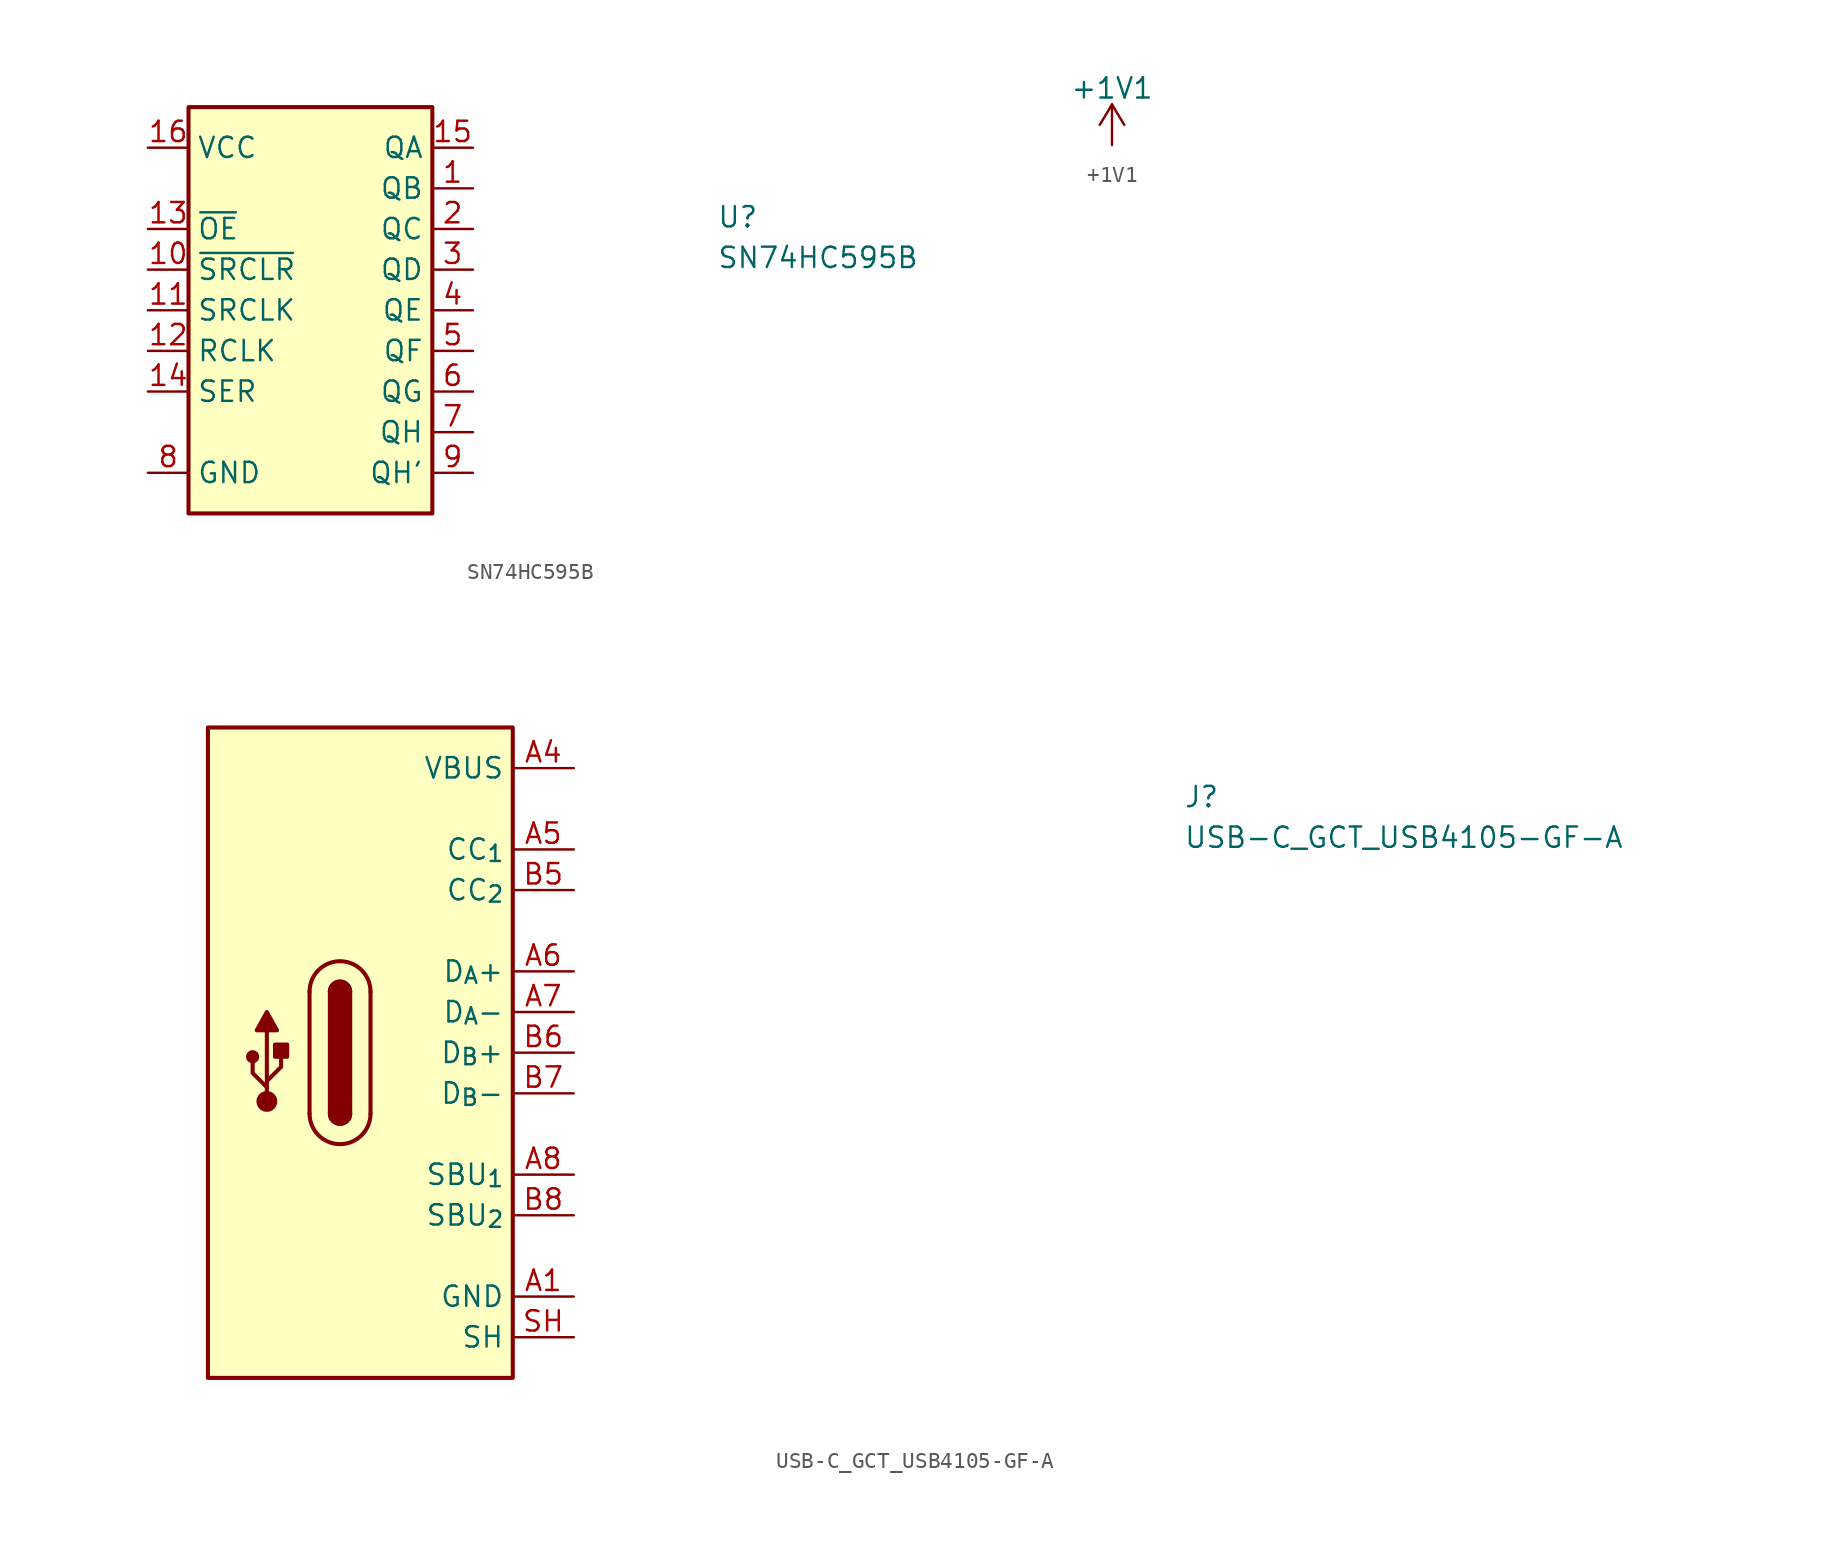
<source format=kicad_sym>
(kicad_symbol_lib
  (version 20211014)
  (generator kicad_symbol_editor)
  (symbol "SN74HC595B"
    (property "Reference" "U"
      (at 35.56 -5.08 0)
      (effects (font (size 1.27 1.27) (thickness 0.15)) (justify left bottom)))
    (property "Value" "SN74HC595B"
      (at 35.56 -7.62 0)
      (effects (font (size 1.27 1.27) (thickness 0.15)) (justify left bottom)))
    (property "ki_description" "Shift Register, 74HC595, Serial to Parallel, 1 Element, 8 bit, X1QFN, 16 Pins"
      (at 0 0 0))
    (property "ki_keywords" "SMT, LOGIC, IC, LEVEL-SHIFTER, VOLTAGE"
      (at 0 0 0))
    (symbol "SN74HC595B_1_1"
      (rectangle (start 2.54 2.54) (end 17.78 -22.86) (stroke (width 0.254) (type default) (color 0 0 0 0)) (fill (type background)))
      (pin output line (at 20.32 -2.54 180) (length 2.54) (name "QB" (effects (font (size 1.27 1.27)))) (number "1" (effects (font (size 1.27 1.27)))))
      (pin input line (at 0 -7.62 0) (length 2.54) (name "~{SRCLR}" (effects (font (size 1.27 1.27)))) (number "10" (effects (font (size 1.27 1.27)))))
      (pin input line (at 0 -10.16 0) (length 2.54) (name "SRCLK" (effects (font (size 1.27 1.27)))) (number "11" (effects (font (size 1.27 1.27)))))
      (pin input line (at 0 -12.7 0) (length 2.54) (name "RCLK" (effects (font (size 1.27 1.27)))) (number "12" (effects (font (size 1.27 1.27)))))
      (pin input line (at 0 -5.08 0) (length 2.54) (name "~{OE}" (effects (font (size 1.27 1.27)))) (number "13" (effects (font (size 1.27 1.27)))))
      (pin input line (at 0 -15.24 0) (length 2.54) (name "SER" (effects (font (size 1.27 1.27)))) (number "14" (effects (font (size 1.27 1.27)))))
      (pin output line (at 20.32 0 180) (length 2.54) (name "QA" (effects (font (size 1.27 1.27)))) (number "15" (effects (font (size 1.27 1.27)))))
      (pin power_in line (at 0 0 0) (length 2.54) (name "VCC" (effects (font (size 1.27 1.27)))) (number "16" (effects (font (size 1.27 1.27)))))
      (pin no_connect line (at 10.16 -22.86 90) (length 2.54) hide (name "EP" (effects (font (size 1.27 1.27)))) (number "17" (effects (font (size 1.27 1.27)))))
      (pin output line (at 20.32 -5.08 180) (length 2.54) (name "QC" (effects (font (size 1.27 1.27)))) (number "2" (effects (font (size 1.27 1.27)))))
      (pin output line (at 20.32 -7.62 180) (length 2.54) (name "QD" (effects (font (size 1.27 1.27)))) (number "3" (effects (font (size 1.27 1.27)))))
      (pin output line (at 20.32 -10.16 180) (length 2.54) (name "QE" (effects (font (size 1.27 1.27)))) (number "4" (effects (font (size 1.27 1.27)))))
      (pin output line (at 20.32 -12.7 180) (length 2.54) (name "QF" (effects (font (size 1.27 1.27)))) (number "5" (effects (font (size 1.27 1.27)))))
      (pin output line (at 20.32 -15.24 180) (length 2.54) (name "QG" (effects (font (size 1.27 1.27)))) (number "6" (effects (font (size 1.27 1.27)))))
      (pin output line (at 20.32 -17.78 180) (length 2.54) (name "QH" (effects (font (size 1.27 1.27)))) (number "7" (effects (font (size 1.27 1.27)))))
      (pin power_in line (at 0 -20.32 0) (length 2.54) (name "GND" (effects (font (size 1.27 1.27)))) (number "8" (effects (font (size 1.27 1.27)))))
      (pin output line (at 20.32 -20.32 180) (length 2.54) (name "QH'" (effects (font (size 1.27 1.27)))) (number "9" (effects (font (size 1.27 1.27)))))))
  (symbol "sodimm-ddr5-tester:+1V1"
    (power)
    (pin_names
      (offset 0))
    (property "Reference" "#PWR"
      (at 0 -3.81 0)
      (effects (font (size 1.27 1.27)) hide))
    (property "Value" "+1V1"
      (at 0 3.556 0)
      (effects (font (size 1.27 1.27))))
    (symbol "+1V1_0_1"
      (polyline (pts (xy -0.762 1.27) (xy 0 2.54)) (stroke (width 0) (type default) (color 0 0 0 0)) (fill (type none)))
      (polyline (pts (xy 0 0) (xy 0 2.54)) (stroke (width 0) (type default) (color 0 0 0 0)) (fill (type none)))
      (polyline (pts (xy 0 2.54) (xy 0.762 1.27)) (stroke (width 0) (type default) (color 0 0 0 0)) (fill (type none))))
    (symbol "+1V1_1_1"
      (pin power_in line (at 0 0 90) (length 0) hide (name "+1V1" (effects (font (size 1.27 1.27)))) (number "1" (effects (font (size 1.27 1.27)))))))
  (symbol "USB-C_GCT_USB4105-GF-A"
    (property "Reference" "J"
      (at 38.1 -2.54 0)
      (effects (font (size 1.27 1.27) (thickness 0.15)) (justify left bottom)))
    (property "Value" "USB-C_GCT_USB4105-GF-A"
      (at 38.1 -5.08 0)
      (effects (font (size 1.27 1.27) (thickness 0.15)) (justify left bottom)))
    (symbol "USB-C_GCT_USB4105-GF-A_1_1"
      (rectangle (start -22.86 2.54) (end -3.81 -38.1) (stroke (width 0.254) (type default) (color 0 0 0 0)) (fill (type background)))
      (circle (center -20.066 -18.034) (radius 0.284) (stroke (width 0.254) (type default) (color 0 0 0 0)) (fill (type outline)))
      (circle (center -19.177 -20.828) (radius 0.524) (stroke (width 0.254) (type default) (color 0 0 0 0)) (fill (type outline)))
      (rectangle (start -18.669 -18.034) (end -17.907 -17.272) (stroke (width 0.254) (type default) (color 0 0 0 0)) (fill (type outline)))
      (arc (start -16.51 -21.59) (mid -14.605 -23.495) (end -12.7 -21.59) (stroke (width 0.254) (type default) (color 0 0 0 0)) (fill (type background)))
      (arc (start -15.24 -21.59) (mid -14.605 -22.225) (end -13.97 -21.59) (stroke (width 0.254) (type default) (color 0 0 0 0)) (fill (type outline)))
      (arc (start -15.24 -21.59) (mid -14.605 -22.225) (end -13.97 -21.59) (stroke (width 0.254) (type default) (color 0 0 0 0)) (fill (type background)))
      (rectangle (start -15.24 -21.59) (end -13.97 -13.97) (stroke (width 0.254) (type default) (color 0 0 0 0)) (fill (type outline)))
      (arc (start -13.97 -13.97) (mid -14.605 -13.335) (end -15.24 -13.97) (stroke (width 0.254) (type default) (color 0 0 0 0)) (fill (type outline)))
      (arc (start -13.97 -13.97) (mid -14.605 -13.335) (end -15.24 -13.97) (stroke (width 0.254) (type default) (color 0 0 0 0)) (fill (type background)))
      (arc (start -12.7 -13.97) (mid -14.605 -12.065) (end -16.51 -13.97) (stroke (width 0.254) (type default) (color 0 0 0 0)) (fill (type background)))
      (polyline (pts (xy -19.177 -20.701) (xy -19.177 -16.383)) (stroke (width 0.254) (type default) (color 0 0 0 0)) (fill (type background)))
      (polyline (pts (xy -16.51 -21.59) (xy -16.51 -13.97)) (stroke (width 0.254) (type default) (color 0 0 0 0)) (fill (type background)))
      (polyline (pts (xy -12.7 -13.97) (xy -12.7 -21.59)) (stroke (width 0.254) (type default) (color 0 0 0 0)) (fill (type background)))
      (polyline (pts (xy -19.177 -19.939) (xy -20.066 -19.05) (xy -20.066 -18.415)) (stroke (width 0.254) (type default) (color 0 0 0 0)) (fill (type background)))
      (polyline (pts (xy -19.177 -19.558) (xy -18.288 -18.669) (xy -18.288 -18.034)) (stroke (width 0.254) (type default) (color 0 0 0 0)) (fill (type background)))
      (polyline (pts (xy -19.812 -16.383) (xy -19.177 -15.24) (xy -18.542 -16.383) (xy -19.812 -16.383)) (stroke (width 0.254) (type default) (color 0 0 0 0)) (fill (type outline)))
      (pin power_in line (at 0 -33.02 180) (length 3.81) (name "GND" (effects (font (size 1.27 1.27)))) (number "A1" (effects (font (size 1.27 1.27)))))
      (pin passive line (at 0 -33.02 180) (length 3.81) hide (name "GND" (effects (font (size 1.27 1.27)))) (number "A12" (effects (font (size 1.27 1.27)))))
      (pin passive line (at 0 0 180) (length 3.81) (name "VBUS" (effects (font (size 1.27 1.27)))) (number "A4" (effects (font (size 1.27 1.27)))))
      (pin bidirectional line (at 0 -5.08 180) (length 3.81) (name "CC_{1}" (effects (font (size 1.27 1.27)))) (number "A5" (effects (font (size 1.27 1.27)))))
      (pin bidirectional line (at 0 -12.7 180) (length 3.81) (name "D_{A}+" (effects (font (size 1.27 1.27)))) (number "A6" (effects (font (size 1.27 1.27)))))
      (pin bidirectional line (at 0 -15.24 180) (length 3.81) (name "D_{A}-" (effects (font (size 1.27 1.27)))) (number "A7" (effects (font (size 1.27 1.27)))))
      (pin bidirectional line (at 0 -25.4 180) (length 3.81) (name "SBU_{1}" (effects (font (size 1.27 1.27)))) (number "A8" (effects (font (size 1.27 1.27)))))
      (pin passive line (at 0 0 180) (length 3.81) hide (name "VBUS" (effects (font (size 1.27 1.27)))) (number "A9" (effects (font (size 1.27 1.27)))))
      (pin passive line (at 0 -33.02 180) (length 3.81) hide (name "GND" (effects (font (size 1.27 1.27)))) (number "B1" (effects (font (size 1.27 1.27)))))
      (pin passive line (at 0 -33.02 180) (length 3.81) hide (name "GND" (effects (font (size 1.27 1.27)))) (number "B12" (effects (font (size 1.27 1.27)))))
      (pin passive line (at 0 0 180) (length 3.81) hide (name "VBUS" (effects (font (size 1.27 1.27)))) (number "B4" (effects (font (size 1.27 1.27)))))
      (pin bidirectional line (at 0 -7.62 180) (length 3.81) (name "CC_{2}" (effects (font (size 1.27 1.27)))) (number "B5" (effects (font (size 1.27 1.27)))))
      (pin bidirectional line (at 0 -17.78 180) (length 3.81) (name "D_{B}+" (effects (font (size 1.27 1.27)))) (number "B6" (effects (font (size 1.27 1.27)))))
      (pin bidirectional line (at 0 -20.32 180) (length 3.81) (name "D_{B}-" (effects (font (size 1.27 1.27)))) (number "B7" (effects (font (size 1.27 1.27)))))
      (pin bidirectional line (at 0 -27.94 180) (length 3.81) (name "SBU_{2}" (effects (font (size 1.27 1.27)))) (number "B8" (effects (font (size 1.27 1.27)))))
      (pin passive line (at 0 0 180) (length 3.81) hide (name "VBUS" (effects (font (size 1.27 1.27)))) (number "B9" (effects (font (size 1.27 1.27)))))
      (pin passive line (at 0 -35.56 180) (length 3.81) (name "SH" (effects (font (size 1.27 1.27)))) (number "SH" (effects (font (size 1.27 1.27))))))))
</source>
